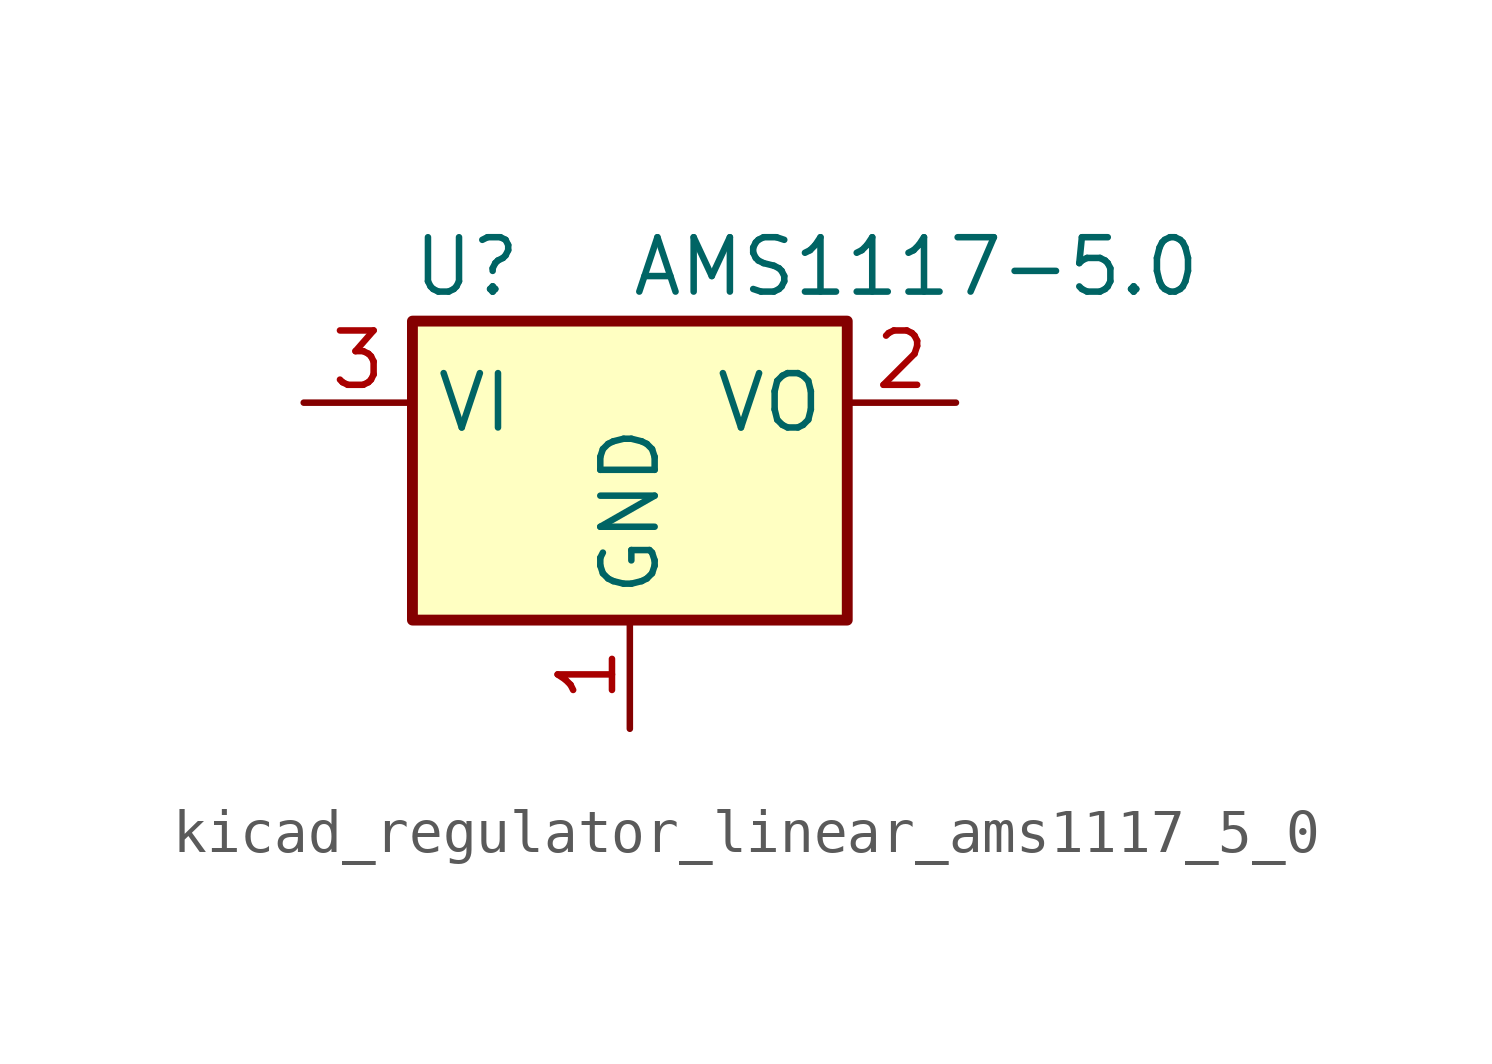
<source format=kicad_sym>
(kicad_symbol_lib
  (version 20220914)
  (generator kicad_symbol_editor)
  (symbol "kicad_regulator_linear_ams1117_5_0"
    (property "Reference" "U"
      (at -3.81 3.175 0)
      (effects (font (size 1.27 1.27))))
    (property "Value" "AMS1117-5.0"
      (at 0 3.175 0)
      (effects (font (size 1.27 1.27)) (justify left)))
    (symbol "kicad_regulator_linear_ams1117_5_0_0_1"
      (rectangle (start -5.08 -5.08) (end 5.08 1.905) (stroke (width 0.254) (type default)) (fill (type background))))
    (symbol "kicad_regulator_linear_ams1117_5_0_1_1"
      (pin power_in line (at 0 -7.62 90) (length 2.54) (name "GND" (effects (font (size 1.27 1.27)))) (number "1" (effects (font (size 1.27 1.27)))))
      (pin power_out line (at 7.62 0 180) (length 2.54) (name "VO" (effects (font (size 1.27 1.27)))) (number "2" (effects (font (size 1.27 1.27)))))
      (pin power_in line (at -7.62 0 0) (length 2.54) (name "VI" (effects (font (size 1.27 1.27)))) (number "3" (effects (font (size 1.27 1.27))))))))
</source>
